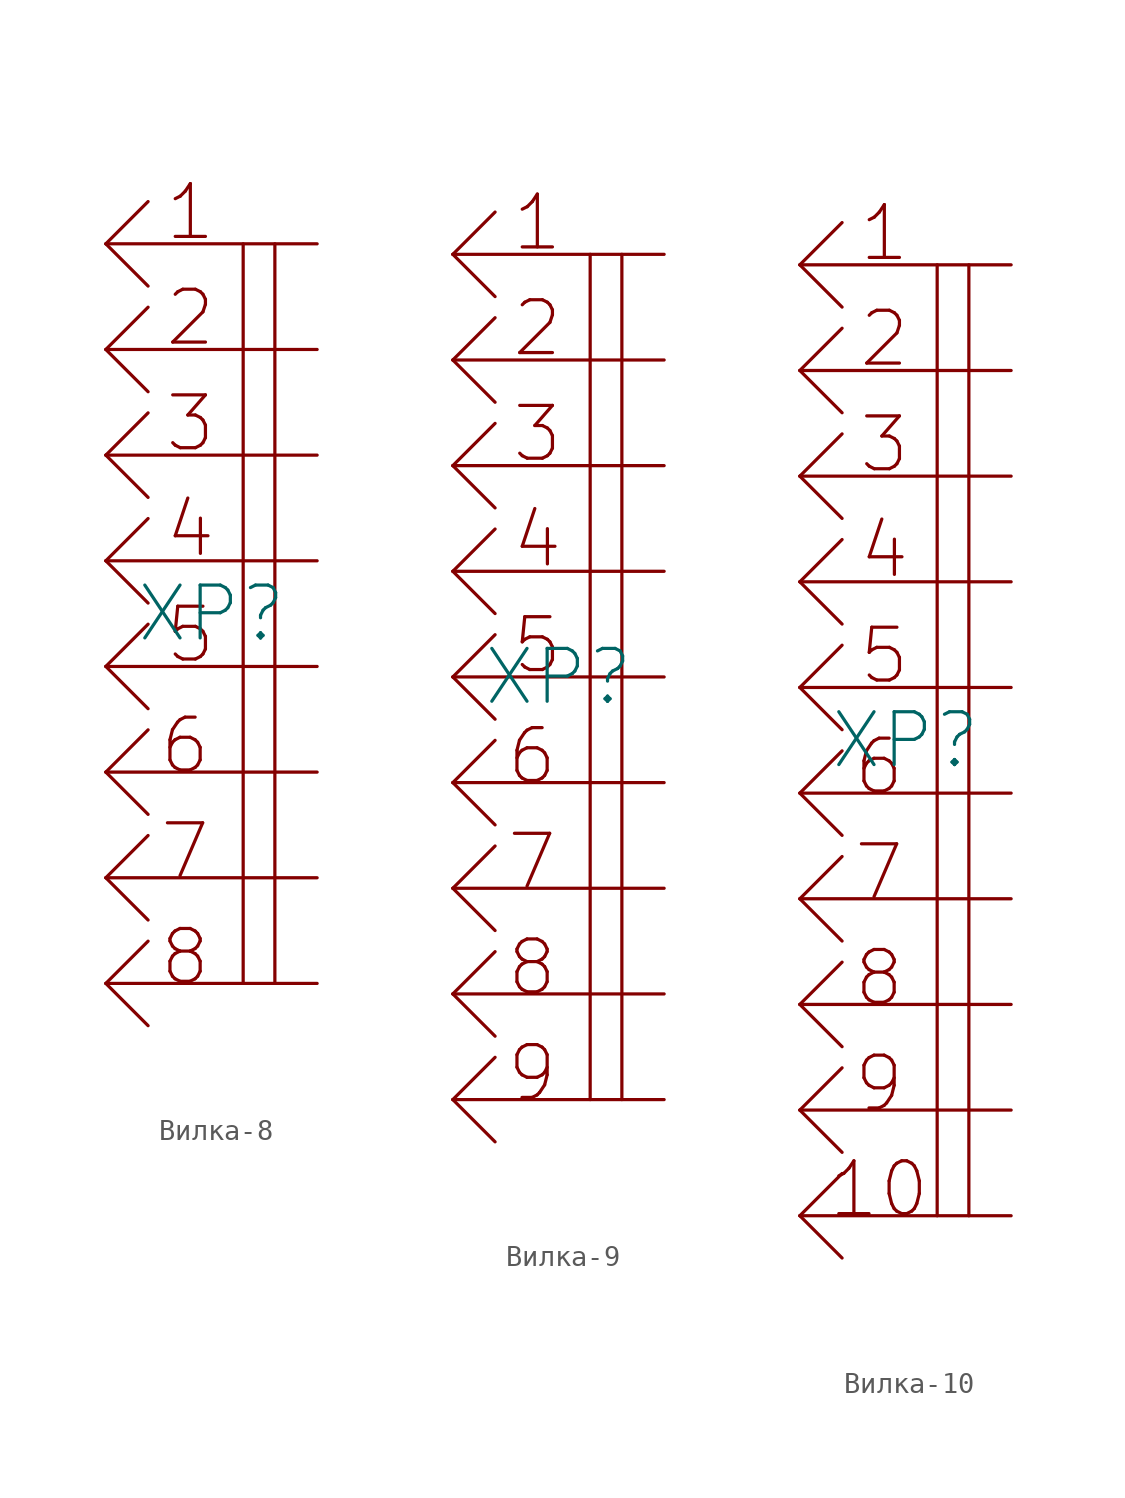
<source format=kicad_sym>
(kicad_symbol_lib
  (version 20220914)
  (generator kicad_symbol_editor)
  (symbol "Вилка-8"
    (pin_numbers hide)
    (pin_names hide)
    (property "Reference" "XP"
      (at 0 0 0)
      (effects (font (size 2.5 2.5))))
    (property "Value" ""
      (at 0 7.5 0)
      (effects (font (size 1.27 1.27))))
    (symbol "Вилка-8_0_1"
      (polyline (pts (xy -5 -17.5) (xy -3 -19.5)) (stroke (width 0) (type default)) (fill (type none)))
      (polyline (pts (xy -5 -17.5) (xy -3 -15.5)) (stroke (width 0) (type default)) (fill (type none)))
      (polyline (pts (xy -5 -12.5) (xy -3 -14.5)) (stroke (width 0) (type default)) (fill (type none)))
      (polyline (pts (xy -5 -12.5) (xy -3 -10.5)) (stroke (width 0) (type default)) (fill (type none)))
      (polyline (pts (xy -5 -7.5) (xy -3 -9.5)) (stroke (width 0) (type default)) (fill (type none)))
      (polyline (pts (xy -5 -7.5) (xy -3 -5.5)) (stroke (width 0) (type default)) (fill (type none)))
      (polyline (pts (xy -5 -2.5) (xy -3 -4.5)) (stroke (width 0) (type default)) (fill (type none)))
      (polyline (pts (xy -5 -2.5) (xy -3 -0.5)) (stroke (width 0) (type default)) (fill (type none)))
      (polyline (pts (xy -5 2.5) (xy -3 0.5)) (stroke (width 0) (type default)) (fill (type none)))
      (polyline (pts (xy -5 2.5) (xy -3 4.5)) (stroke (width 0) (type default)) (fill (type none)))
      (polyline (pts (xy -5 7.5) (xy -3 5.5)) (stroke (width 0) (type default)) (fill (type none)))
      (polyline (pts (xy -5 7.5) (xy -3 9.5)) (stroke (width 0) (type default)) (fill (type none)))
      (polyline (pts (xy -5 12.5) (xy -3 10.5)) (stroke (width 0) (type default)) (fill (type none)))
      (polyline (pts (xy -5 12.5) (xy -3 14.5)) (stroke (width 0) (type default)) (fill (type none)))
      (polyline (pts (xy -5 17.5) (xy -3 15.5)) (stroke (width 0) (type default)) (fill (type none)))
      (polyline (pts (xy -5 17.5) (xy -3 19.5)) (stroke (width 0) (type default)) (fill (type none)))
      (polyline (pts (xy 1.5 17.5) (xy 1.5 -17.5)) (stroke (width 0) (type default)) (fill (type none)))
      (polyline (pts (xy 3 17.5) (xy 3 -17.5)) (stroke (width 0) (type default)) (fill (type none))))
    (symbol "Вилка-8_1_1"
      (text "1" (at -1 19 0) (effects (font (size 2.5 2.5))))
      (text "2" (at -1 14 0) (effects (font (size 2.5 2.5))))
      (text "3" (at -1 9 0) (effects (font (size 2.5 2.5))))
      (text "4" (at -1 4 0) (effects (font (size 2.5 2.5))))
      (text "5" (at -1 -1 0) (effects (font (size 2.5 2.5))))
      (text "6" (at -1.25 -6.25 0) (effects (font (size 2.5 2.5))))
      (text "7" (at -1.25 -11.25 0) (effects (font (size 2.5 2.5))))
      (text "8" (at -1.25 -16.25 0) (effects (font (size 2.5 2.5))))
      (pin input line (at 5 17.5 180) (length 10) (name "" (effects (font (size 1.27 1.27)))) (number "1" (effects (font (size 1.27 1.27)))))
      (pin input line (at 5 12.5 180) (length 10) (name "" (effects (font (size 1.27 1.27)))) (number "2" (effects (font (size 1.27 1.27)))))
      (pin input line (at 5 7.5 180) (length 10) (name "" (effects (font (size 1.27 1.27)))) (number "3" (effects (font (size 1.27 1.27)))))
      (pin input line (at 5 2.5 180) (length 10) (name "" (effects (font (size 1.27 1.27)))) (number "4" (effects (font (size 1.27 1.27)))))
      (pin input line (at 5 -2.5 180) (length 10) (name "" (effects (font (size 1.27 1.27)))) (number "5" (effects (font (size 1.27 1.27)))))
      (pin input line (at 5 -17.5 180) (length 10) (name "" (effects (font (size 1.27 1.27)))) (number "6" (effects (font (size 1.27 1.27)))))
      (pin input line (at 5 -12.5 180) (length 10) (name "" (effects (font (size 1.27 1.27)))) (number "6" (effects (font (size 1.27 1.27)))))
      (pin input line (at 5 -7.5 180) (length 10) (name "" (effects (font (size 1.27 1.27)))) (number "6" (effects (font (size 1.27 1.27)))))))
  (symbol "Вилка-9"
    (pin_numbers hide)
    (pin_names hide)
    (property "Reference" "XP"
      (at 0 0 0)
      (effects (font (size 2.5 2.5))))
    (property "Value" ""
      (at 0 10 0)
      (effects (font (size 1.27 1.27))))
    (symbol "Вилка-9_0_1"
      (polyline (pts (xy -5 -20) (xy -3 -22)) (stroke (width 0) (type default)) (fill (type none)))
      (polyline (pts (xy -5 -20) (xy -3 -18)) (stroke (width 0) (type default)) (fill (type none)))
      (polyline (pts (xy -5 -15) (xy -3 -17)) (stroke (width 0) (type default)) (fill (type none)))
      (polyline (pts (xy -5 -15) (xy -3 -13)) (stroke (width 0) (type default)) (fill (type none)))
      (polyline (pts (xy -5 -10) (xy -3 -12)) (stroke (width 0) (type default)) (fill (type none)))
      (polyline (pts (xy -5 -10) (xy -3 -8)) (stroke (width 0) (type default)) (fill (type none)))
      (polyline (pts (xy -5 -5) (xy -3 -7)) (stroke (width 0) (type default)) (fill (type none)))
      (polyline (pts (xy -5 -5) (xy -3 -3)) (stroke (width 0) (type default)) (fill (type none)))
      (polyline (pts (xy -5 0) (xy -3 -2)) (stroke (width 0) (type default)) (fill (type none)))
      (polyline (pts (xy -5 0) (xy -3 2)) (stroke (width 0) (type default)) (fill (type none)))
      (polyline (pts (xy -5 5) (xy -3 3)) (stroke (width 0) (type default)) (fill (type none)))
      (polyline (pts (xy -5 5) (xy -3 7)) (stroke (width 0) (type default)) (fill (type none)))
      (polyline (pts (xy -5 10) (xy -3 8)) (stroke (width 0) (type default)) (fill (type none)))
      (polyline (pts (xy -5 10) (xy -3 12)) (stroke (width 0) (type default)) (fill (type none)))
      (polyline (pts (xy -5 15) (xy -3 13)) (stroke (width 0) (type default)) (fill (type none)))
      (polyline (pts (xy -5 15) (xy -3 17)) (stroke (width 0) (type default)) (fill (type none)))
      (polyline (pts (xy -5 20) (xy -3 18)) (stroke (width 0) (type default)) (fill (type none)))
      (polyline (pts (xy -5 20) (xy -3 22)) (stroke (width 0) (type default)) (fill (type none)))
      (polyline (pts (xy 1.5 20) (xy 1.5 -20)) (stroke (width 0) (type default)) (fill (type none)))
      (polyline (pts (xy 3 20) (xy 3 -20)) (stroke (width 0) (type default)) (fill (type none))))
    (symbol "Вилка-9_1_1"
      (text "1" (at -1 21.5 0) (effects (font (size 2.5 2.5))))
      (text "2" (at -1 16.5 0) (effects (font (size 2.5 2.5))))
      (text "3" (at -1 11.5 0) (effects (font (size 2.5 2.5))))
      (text "4" (at -1 6.5 0) (effects (font (size 2.5 2.5))))
      (text "5" (at -1 1.5 0) (effects (font (size 2.5 2.5))))
      (text "6" (at -1.25 -3.75 0) (effects (font (size 2.5 2.5))))
      (text "7" (at -1.25 -8.75 0) (effects (font (size 2.5 2.5))))
      (text "8" (at -1.25 -13.75 0) (effects (font (size 2.5 2.5))))
      (text "9" (at -1.25 -18.75 0) (effects (font (size 2.5 2.5))))
      (pin input line (at 5 20 180) (length 10) (name "" (effects (font (size 1.27 1.27)))) (number "1" (effects (font (size 1.27 1.27)))))
      (pin input line (at 5 15 180) (length 10) (name "" (effects (font (size 1.27 1.27)))) (number "2" (effects (font (size 1.27 1.27)))))
      (pin input line (at 5 10 180) (length 10) (name "" (effects (font (size 1.27 1.27)))) (number "3" (effects (font (size 1.27 1.27)))))
      (pin input line (at 5 5 180) (length 10) (name "" (effects (font (size 1.27 1.27)))) (number "4" (effects (font (size 1.27 1.27)))))
      (pin input line (at 5 0 180) (length 10) (name "" (effects (font (size 1.27 1.27)))) (number "5" (effects (font (size 1.27 1.27)))))
      (pin input line (at 5 -20 180) (length 10) (name "" (effects (font (size 1.27 1.27)))) (number "6" (effects (font (size 1.27 1.27)))))
      (pin input line (at 5 -15 180) (length 10) (name "" (effects (font (size 1.27 1.27)))) (number "6" (effects (font (size 1.27 1.27)))))
      (pin input line (at 5 -10 180) (length 10) (name "" (effects (font (size 1.27 1.27)))) (number "6" (effects (font (size 1.27 1.27)))))
      (pin input line (at 5 -5 180) (length 10) (name "" (effects (font (size 1.27 1.27)))) (number "6" (effects (font (size 1.27 1.27)))))))
  (symbol "Вилка-10"
    (pin_numbers hide)
    (pin_names hide)
    (property "Reference" "XP"
      (at 0 0 0)
      (effects (font (size 2.5 2.5))))
    (property "Value" ""
      (at 0 12.5 0)
      (effects (font (size 1.27 1.27))))
    (symbol "Вилка-10_0_1"
      (polyline (pts (xy -5 -22.5) (xy -3 -24.5)) (stroke (width 0) (type default)) (fill (type none)))
      (polyline (pts (xy -5 -22.5) (xy -3 -20.5)) (stroke (width 0) (type default)) (fill (type none)))
      (polyline (pts (xy -5 -17.5) (xy -3 -19.5)) (stroke (width 0) (type default)) (fill (type none)))
      (polyline (pts (xy -5 -17.5) (xy -3 -15.5)) (stroke (width 0) (type default)) (fill (type none)))
      (polyline (pts (xy -5 -12.5) (xy -3 -14.5)) (stroke (width 0) (type default)) (fill (type none)))
      (polyline (pts (xy -5 -12.5) (xy -3 -10.5)) (stroke (width 0) (type default)) (fill (type none)))
      (polyline (pts (xy -5 -7.5) (xy -3 -9.5)) (stroke (width 0) (type default)) (fill (type none)))
      (polyline (pts (xy -5 -7.5) (xy -3 -5.5)) (stroke (width 0) (type default)) (fill (type none)))
      (polyline (pts (xy -5 -2.5) (xy -3 -4.5)) (stroke (width 0) (type default)) (fill (type none)))
      (polyline (pts (xy -5 -2.5) (xy -3 -0.5)) (stroke (width 0) (type default)) (fill (type none)))
      (polyline (pts (xy -5 2.5) (xy -3 0.5)) (stroke (width 0) (type default)) (fill (type none)))
      (polyline (pts (xy -5 2.5) (xy -3 4.5)) (stroke (width 0) (type default)) (fill (type none)))
      (polyline (pts (xy -5 7.5) (xy -3 5.5)) (stroke (width 0) (type default)) (fill (type none)))
      (polyline (pts (xy -5 7.5) (xy -3 9.5)) (stroke (width 0) (type default)) (fill (type none)))
      (polyline (pts (xy -5 12.5) (xy -3 10.5)) (stroke (width 0) (type default)) (fill (type none)))
      (polyline (pts (xy -5 12.5) (xy -3 14.5)) (stroke (width 0) (type default)) (fill (type none)))
      (polyline (pts (xy -5 17.5) (xy -3 15.5)) (stroke (width 0) (type default)) (fill (type none)))
      (polyline (pts (xy -5 17.5) (xy -3 19.5)) (stroke (width 0) (type default)) (fill (type none)))
      (polyline (pts (xy -5 22.5) (xy -3 20.5)) (stroke (width 0) (type default)) (fill (type none)))
      (polyline (pts (xy -5 22.5) (xy -3 24.5)) (stroke (width 0) (type default)) (fill (type none)))
      (polyline (pts (xy 1.5 22.5) (xy 1.5 -22.5)) (stroke (width 0) (type default)) (fill (type none)))
      (polyline (pts (xy 3 22.5) (xy 3 -22.5)) (stroke (width 0) (type default)) (fill (type none))))
    (symbol "Вилка-10_1_1"
      (text "1" (at -1 24 0) (effects (font (size 2.5 2.5))))
      (text "10" (at -1.25 -21.25 0) (effects (font (size 2.5 2.5))))
      (text "2" (at -1 19 0) (effects (font (size 2.5 2.5))))
      (text "3" (at -1 14 0) (effects (font (size 2.5 2.5))))
      (text "4" (at -1 9 0) (effects (font (size 2.5 2.5))))
      (text "5" (at -1 4 0) (effects (font (size 2.5 2.5))))
      (text "6" (at -1.25 -1.25 0) (effects (font (size 2.5 2.5))))
      (text "7" (at -1.25 -6.25 0) (effects (font (size 2.5 2.5))))
      (text "8" (at -1.25 -11.25 0) (effects (font (size 2.5 2.5))))
      (text "9" (at -1.25 -16.25 0) (effects (font (size 2.5 2.5))))
      (pin input line (at 5 22.5 180) (length 10) (name "" (effects (font (size 1.27 1.27)))) (number "1" (effects (font (size 1.27 1.27)))))
      (pin input line (at 5 17.5 180) (length 10) (name "" (effects (font (size 1.27 1.27)))) (number "2" (effects (font (size 1.27 1.27)))))
      (pin input line (at 5 12.5 180) (length 10) (name "" (effects (font (size 1.27 1.27)))) (number "3" (effects (font (size 1.27 1.27)))))
      (pin input line (at 5 7.5 180) (length 10) (name "" (effects (font (size 1.27 1.27)))) (number "4" (effects (font (size 1.27 1.27)))))
      (pin input line (at 5 2.5 180) (length 10) (name "" (effects (font (size 1.27 1.27)))) (number "5" (effects (font (size 1.27 1.27)))))
      (pin input line (at 5 -22.5 180) (length 10) (name "" (effects (font (size 1.27 1.27)))) (number "6" (effects (font (size 1.27 1.27)))))
      (pin input line (at 5 -17.5 180) (length 10) (name "" (effects (font (size 1.27 1.27)))) (number "6" (effects (font (size 1.27 1.27)))))
      (pin input line (at 5 -12.5 180) (length 10) (name "" (effects (font (size 1.27 1.27)))) (number "6" (effects (font (size 1.27 1.27)))))
      (pin input line (at 5 -7.5 180) (length 10) (name "" (effects (font (size 1.27 1.27)))) (number "6" (effects (font (size 1.27 1.27)))))
      (pin input line (at 5 -2.5 180) (length 10) (name "" (effects (font (size 1.27 1.27)))) (number "6" (effects (font (size 1.27 1.27))))))))
</source>
